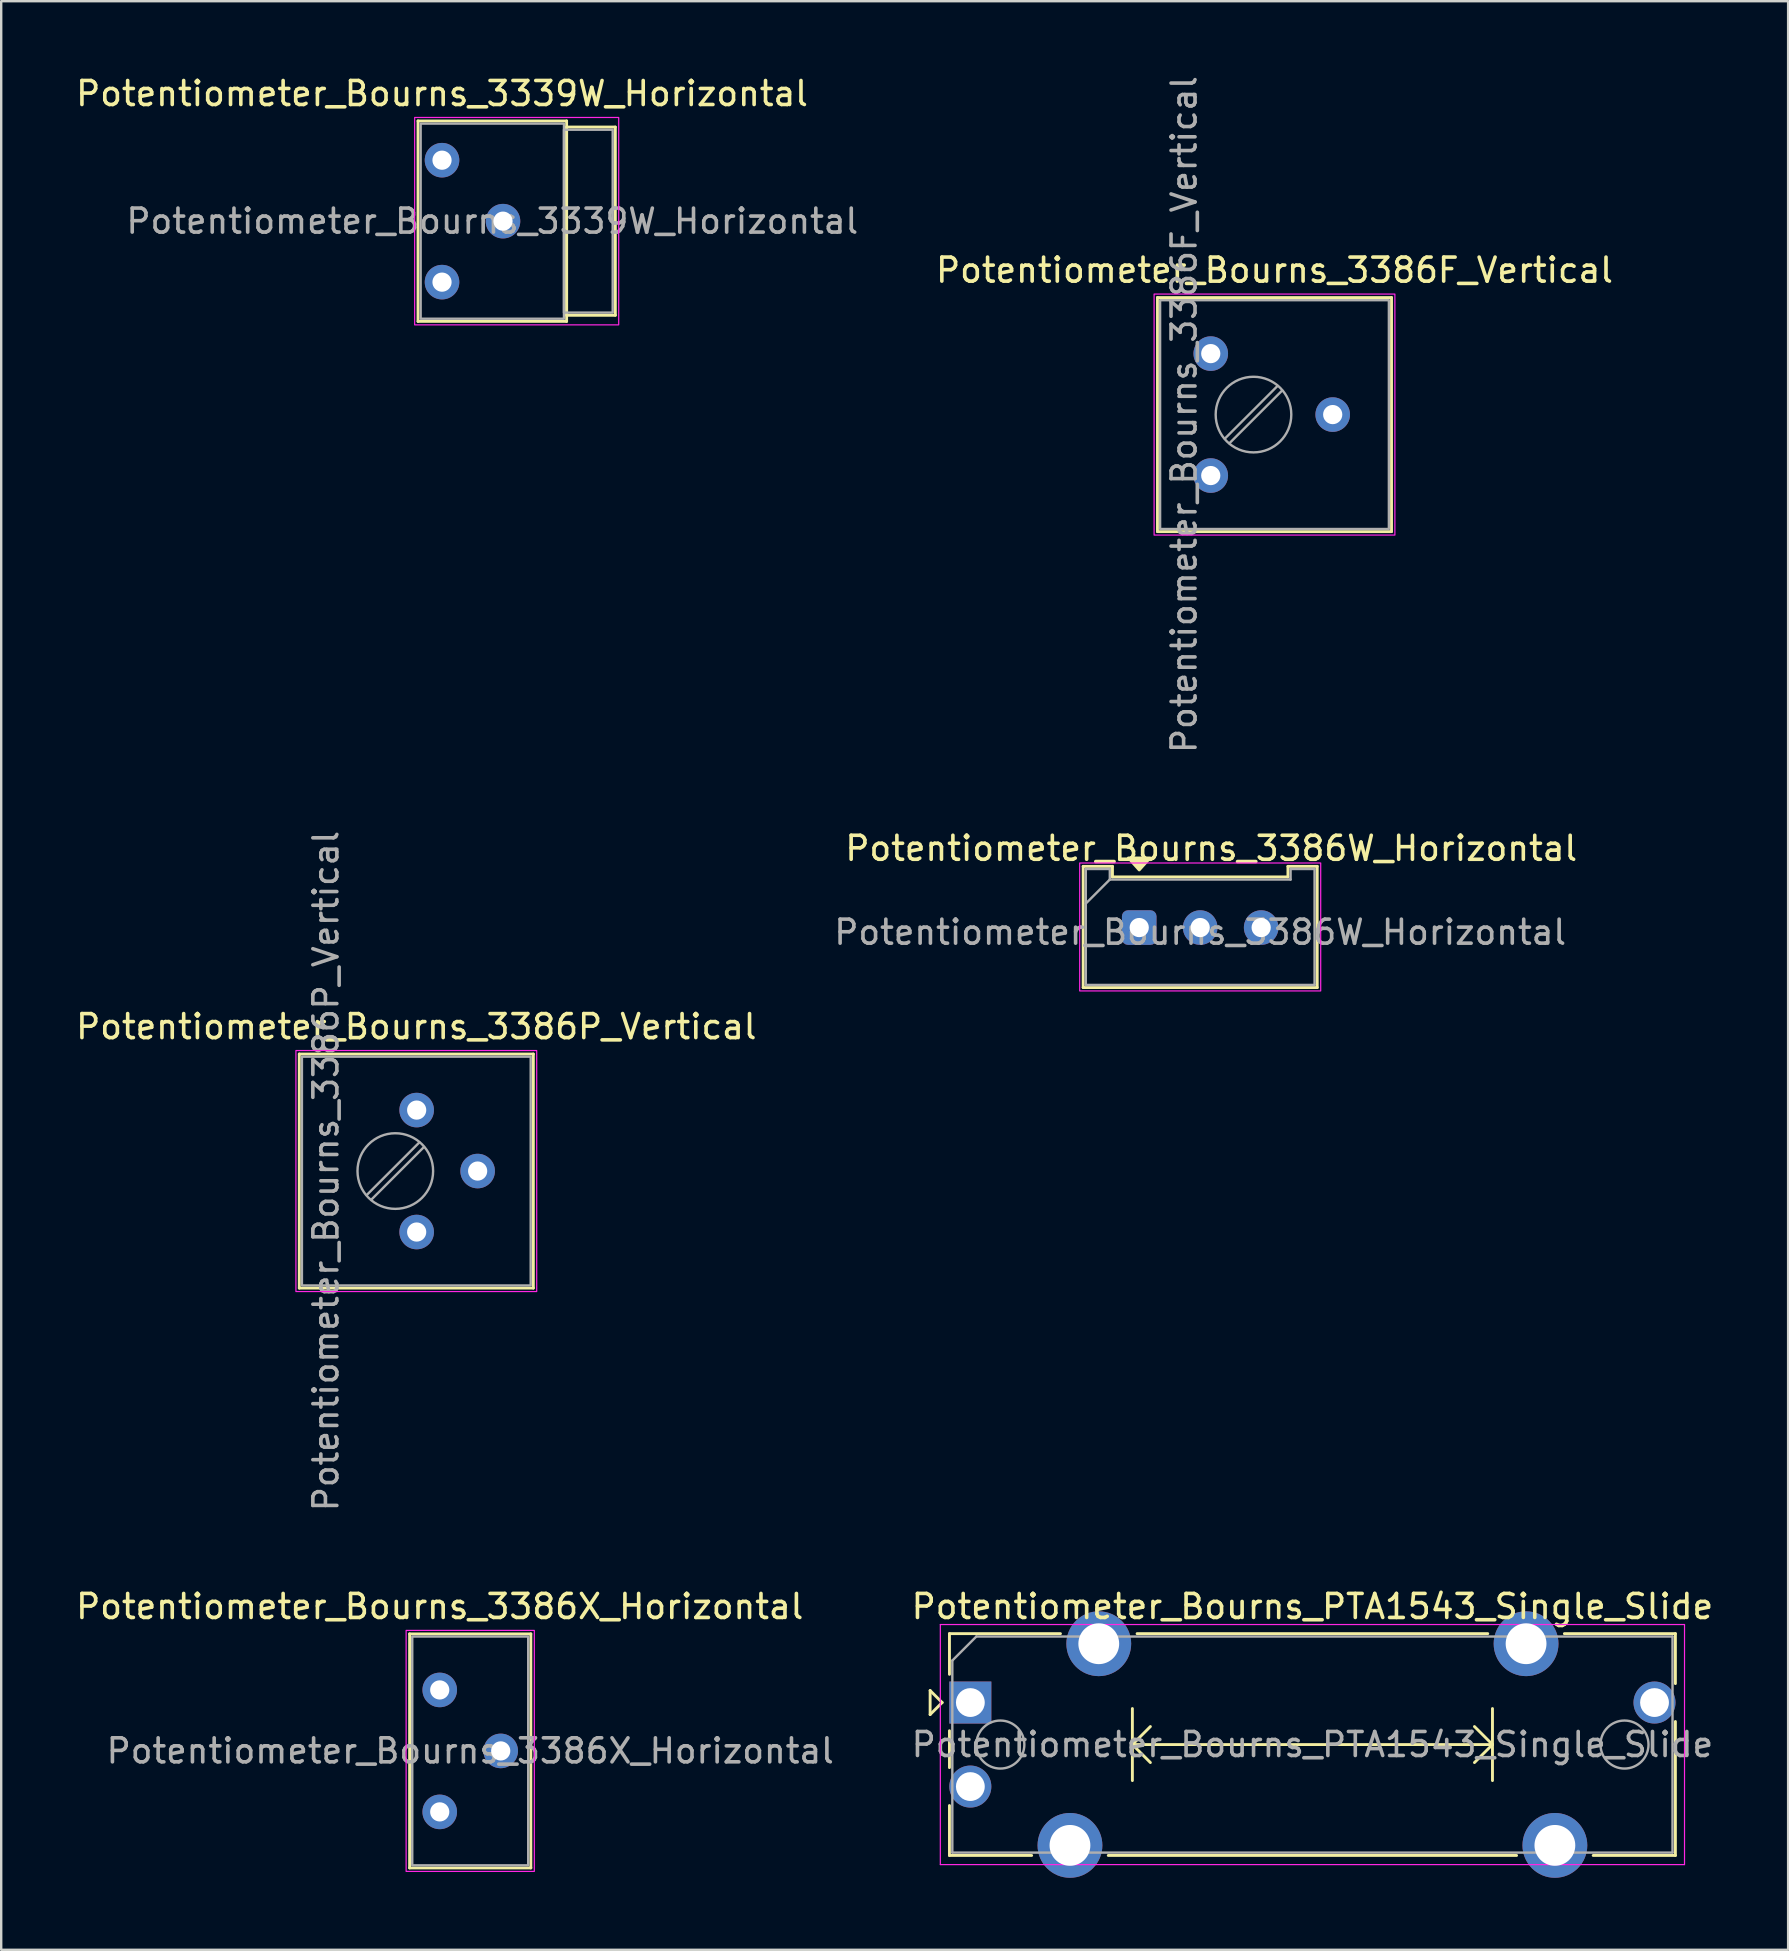
<source format=kicad_pcb>
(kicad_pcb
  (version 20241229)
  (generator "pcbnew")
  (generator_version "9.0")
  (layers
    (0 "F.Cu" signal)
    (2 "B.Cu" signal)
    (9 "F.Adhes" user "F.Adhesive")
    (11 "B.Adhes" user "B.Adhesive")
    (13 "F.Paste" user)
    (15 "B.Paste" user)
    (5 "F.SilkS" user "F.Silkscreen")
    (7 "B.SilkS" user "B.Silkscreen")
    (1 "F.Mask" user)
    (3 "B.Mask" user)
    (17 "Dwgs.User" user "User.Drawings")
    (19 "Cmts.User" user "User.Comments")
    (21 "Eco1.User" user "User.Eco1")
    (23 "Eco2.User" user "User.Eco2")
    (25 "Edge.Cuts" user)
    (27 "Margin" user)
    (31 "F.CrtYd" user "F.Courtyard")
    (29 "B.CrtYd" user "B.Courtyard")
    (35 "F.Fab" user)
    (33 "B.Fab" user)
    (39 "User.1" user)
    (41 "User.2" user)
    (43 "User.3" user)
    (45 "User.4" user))
  (footprint "Potentiometer_Bourns_3386F_Vertical"
    (layer "F.Cu")
    (at 47.386 16.76)
    (property "Reference" "Potentiometer_Bourns_3386F_Vertical" (at 2.655 -8.555 0) (layer "F.SilkS") (effects (font (size 1 1) (thickness 0.15))))
    (attr through_hole)
    (fp_line (start -2.22 -7.415) (end 7.53 -7.415) (stroke (width 0.12) (type solid)) (layer "F.SilkS"))
    (fp_line (start -2.22 2.335) (end -2.22 -7.415) (stroke (width 0.12) (type solid)) (layer "F.SilkS"))
    (fp_line (start 7.53 -7.415) (end 7.53 2.335) (stroke (width 0.12) (type solid)) (layer "F.SilkS"))
    (fp_line (start 7.53 2.335) (end -2.22 2.335) (stroke (width 0.12) (type solid)) (layer "F.SilkS"))
    (fp_rect (start -2.36 -7.56) (end 7.67 2.48) (stroke (width 0.05) (type solid)) (fill no) (layer "F.CrtYd"))
    (fp_line (start 2.782 -3.734) (end 0.586 -1.538) (stroke (width 0.1) (type solid)) (layer "F.Fab"))
    (fp_line (start 2.974 -3.542) (end 0.778 -1.346) (stroke (width 0.1) (type solid)) (layer "F.Fab"))
    (fp_rect (start -2.11 -7.305) (end 7.42 2.225) (stroke (width 0.1) (type solid)) (fill no) (layer "F.Fab"))
    (fp_circle (center 1.78 -2.54) (end 3.355 -2.54) (stroke (width 0.1) (type solid)) (fill no) (layer "F.Fab"))
    (fp_text user "${REFERENCE}" (at -1.11 -2.54 90) (layer "F.Fab") (effects (font (size 1 1) (thickness 0.15))))
    (pad "1" thru_hole circle (at 0 0) (size 1.44 1.44) (drill 0.8) (layers "*.Cu" "*.Mask"))
    (pad "2" thru_hole circle (at 5.08 -2.54) (size 1.44 1.44) (drill 0.8) (layers "*.Cu" "*.Mask"))
    (pad "3" thru_hole circle (at 0 -5.08) (size 1.44 1.44) (drill 0.8) (layers "*.Cu" "*.Mask")))
  (footprint "Potentiometer_Bourns_3386X_Horizontal"
    (layer "F.Cu")
    (at 15.268 67.347)
    (property "Reference" "Potentiometer_Bourns_3386X_Horizontal" (at 0 -3.475 0) (layer "F.SilkS") (effects (font (size 1 1) (thickness 0.15))))
    (attr through_hole)
    (fp_line (start -1.255 -2.335) (end 3.795 -2.335) (stroke (width 0.12) (type solid)) (layer "F.SilkS"))
    (fp_line (start -1.255 7.415) (end -1.255 -2.335) (stroke (width 0.12) (type solid)) (layer "F.SilkS"))
    (fp_line (start 3.795 -2.335) (end 3.795 7.415) (stroke (width 0.12) (type solid)) (layer "F.SilkS"))
    (fp_line (start 3.795 7.415) (end -1.255 7.415) (stroke (width 0.12) (type solid)) (layer "F.SilkS"))
    (fp_rect (start -1.4 -2.48) (end 3.94 7.56) (stroke (width 0.05) (type solid)) (fill no) (layer "F.CrtYd"))
    (fp_rect (start -1.145 -2.225) (end 3.685 7.305) (stroke (width 0.1) (type solid)) (fill no) (layer "F.Fab"))
    (fp_text user "${REFERENCE}" (at 1.27 2.54 0) (layer "F.Fab") (effects (font (size 1 1) (thickness 0.15))))
    (pad "1" thru_hole circle (at 0 0) (size 1.44 1.44) (drill 0.8) (layers "*.Cu" "*.Mask"))
    (pad "2" thru_hole circle (at 2.54 2.54) (size 1.44 1.44) (drill 0.8) (layers "*.Cu" "*.Mask"))
    (pad "3" thru_hole circle (at 0 5.08) (size 1.44 1.44) (drill 0.8) (layers "*.Cu" "*.Mask")))
  (footprint "Potentiometer_Bourns_PTA1543_Single_Slide"
    (layer "F.Cu")
    (at 37.371 67.872)
    (property "Reference" "Potentiometer_Bourns_PTA1543_Single_Slide" (at 14.25 -4 0) (layer "F.SilkS") (effects (font (size 1 1) (thickness 0.15))))
    (attr through_hole)
    (fp_line (start -1.675 -0.5) (end -1.675 0.5) (stroke (width 0.12) (type solid)) (layer "F.SilkS"))
    (fp_line (start -1.675 0.5) (end -1.175 0) (stroke (width 0.12) (type solid)) (layer "F.SilkS"))
    (fp_line (start -1.175 0) (end -1.675 -0.5) (stroke (width 0.12) (type solid)) (layer "F.SilkS"))
    (fp_line (start -0.87 -2.87) (end 3.754 -2.87) (stroke (width 0.12) (type solid)) (layer "F.SilkS"))
    (fp_line (start -0.87 -1.175) (end -0.87 -2.87) (stroke (width 0.12) (type solid)) (layer "F.SilkS"))
    (fp_line (start -0.87 2.71) (end -0.87 1.175) (stroke (width 0.12) (type solid)) (layer "F.SilkS"))
    (fp_line (start -0.87 6.37) (end -0.87 4.29) (stroke (width 0.12) (type solid)) (layer "F.SilkS"))
    (fp_line (start 2.554 6.37) (end -0.87 6.37) (stroke (width 0.12) (type solid)) (layer "F.SilkS"))
    (fp_line (start 6.75 0.25) (end 6.75 3.25) (stroke (width 0.12) (type solid)) (layer "F.SilkS"))
    (fp_line (start 6.75 1.75) (end 7.5 2.5) (stroke (width 0.12) (type solid)) (layer "F.SilkS"))
    (fp_line (start 6.75 1.75) (end 21.75 1.75) (stroke (width 0.12) (type solid)) (layer "F.SilkS"))
    (fp_line (start 6.946 -2.87) (end 21.554 -2.87) (stroke (width 0.12) (type solid)) (layer "F.SilkS"))
    (fp_line (start 7.5 1) (end 6.75 1.75) (stroke (width 0.12) (type solid)) (layer "F.SilkS"))
    (fp_line (start 21 1) (end 21.75 1.75) (stroke (width 0.12) (type solid)) (layer "F.SilkS"))
    (fp_line (start 21.75 0.25) (end 21.75 3.25) (stroke (width 0.12) (type solid)) (layer "F.SilkS"))
    (fp_line (start 21.75 1.75) (end 21 2.5) (stroke (width 0.12) (type solid)) (layer "F.SilkS"))
    (fp_line (start 22.754 6.37) (end 5.746 6.37) (stroke (width 0.12) (type solid)) (layer "F.SilkS"))
    (fp_line (start 24.746 -2.87) (end 29.37 -2.87) (stroke (width 0.12) (type solid)) (layer "F.SilkS"))
    (fp_line (start 29.37 -2.87) (end 29.37 -0.79) (stroke (width 0.12) (type solid)) (layer "F.SilkS"))
    (fp_line (start 29.37 0.79) (end 29.37 6.37) (stroke (width 0.12) (type solid)) (layer "F.SilkS"))
    (fp_line (start 29.37 6.37) (end 25.946 6.37) (stroke (width 0.12) (type solid)) (layer "F.SilkS"))
    (fp_line (start -1.25 -3.25) (end -1.25 6.75) (stroke (width 0.05) (type solid)) (layer "F.CrtYd"))
    (fp_line (start -1.25 6.75) (end 29.75 6.75) (stroke (width 0.05) (type solid)) (layer "F.CrtYd"))
    (fp_line (start 29.75 -3.25) (end -1.25 -3.25) (stroke (width 0.05) (type solid)) (layer "F.CrtYd"))
    (fp_line (start 29.75 6.75) (end 29.75 -3.25) (stroke (width 0.05) (type solid)) (layer "F.CrtYd"))
    (fp_line (start -0.75 -1.75) (end 0.25 -2.75) (stroke (width 0.1) (type solid)) (layer "F.Fab"))
    (fp_line (start -0.75 6.25) (end -0.75 -1.75) (stroke (width 0.1) (type solid)) (layer "F.Fab"))
    (fp_line (start 0.25 -2.75) (end 29.25 -2.75) (stroke (width 0.1) (type solid)) (layer "F.Fab"))
    (fp_line (start 29.25 -2.75) (end 29.25 6.25) (stroke (width 0.1) (type solid)) (layer "F.Fab"))
    (fp_line (start 29.25 6.25) (end -0.75 6.25) (stroke (width 0.1) (type solid)) (layer "F.Fab"))
    (fp_circle (center 1.25 1.75) (end 2.25 1.75) (stroke (width 0.1) (type solid)) (fill no) (layer "F.Fab"))
    (fp_circle (center 27.25 1.75) (end 28.25 1.75) (stroke (width 0.1) (type solid)) (fill no) (layer "F.Fab"))
    (fp_text user "${REFERENCE}" (at 14.25 1.75 0) (layer "F.Fab") (effects (font (size 1 1) (thickness 0.15))))
    (pad "1" thru_hole rect (at 0 0) (size 1.75 1.75) (drill 1.2) (layers "*.Cu" "*.Mask"))
    (pad "2" thru_hole circle (at 0 3.5) (size 1.75 1.75) (drill 1.2) (layers "*.Cu" "*.Mask"))
    (pad "3" thru_hole circle (at 28.5 0) (size 1.75 1.75) (drill 1.2) (layers "*.Cu" "*.Mask"))
    (pad "MP" thru_hole circle (at 4.15 5.95) (size 2.7 2.7) (drill 1.7) (layers "*.Cu" "*.Mask"))
    (pad "MP" thru_hole circle (at 5.35 -2.45) (size 2.7 2.7) (drill 1.7) (layers "*.Cu" "*.Mask"))
    (pad "MP" thru_hole circle (at 23.15 -2.45) (size 2.7 2.7) (drill 1.7) (layers "*.Cu" "*.Mask"))
    (pad "MP" thru_hole circle (at 24.35 5.95) (size 2.7 2.7) (drill 1.7) (layers "*.Cu" "*.Mask")))
  (footprint "Potentiometer_Bourns_3339W_Horizontal"
    (layer "F.Cu")
    (at 15.363 3.623)
    (property "Reference" "Potentiometer_Bourns_3339W_Horizontal" (at 0 -2.775 0) (layer "F.SilkS") (effects (font (size 1 1) (thickness 0.15))))
    (attr through_hole)
    (fp_line (start -1 -1.635) (end 5.19 -1.635) (stroke (width 0.12) (type solid)) (layer "F.SilkS"))
    (fp_line (start -1 6.715) (end -1 -1.635) (stroke (width 0.12) (type solid)) (layer "F.SilkS"))
    (fp_line (start 5.19 -1.635) (end 5.19 6.715) (stroke (width 0.12) (type solid)) (layer "F.SilkS"))
    (fp_line (start 5.19 -1.38) (end 7.22 -1.38) (stroke (width 0.12) (type solid)) (layer "F.SilkS"))
    (fp_line (start 5.19 6.46) (end 5.19 -1.38) (stroke (width 0.12) (type solid)) (layer "F.SilkS"))
    (fp_line (start 5.19 6.715) (end -1 6.715) (stroke (width 0.12) (type solid)) (layer "F.SilkS"))
    (fp_line (start 7.22 -1.38) (end 7.22 6.46) (stroke (width 0.12) (type solid)) (layer "F.SilkS"))
    (fp_line (start 7.22 6.46) (end 5.19 6.46) (stroke (width 0.12) (type solid)) (layer "F.SilkS"))
    (fp_rect (start -1.14 -1.78) (end 7.36 6.86) (stroke (width 0.05) (type solid)) (fill no) (layer "F.CrtYd"))
    (fp_rect (start -0.89 -1.525) (end 5.08 6.605) (stroke (width 0.1) (type solid)) (fill no) (layer "F.Fab"))
    (fp_rect (start 5.08 -1.27) (end 7.11 6.35) (stroke (width 0.1) (type solid)) (fill no) (layer "F.Fab"))
    (fp_text user "${REFERENCE}" (at 2.095 2.54 0) (layer "F.Fab") (effects (font (size 1 1) (thickness 0.15))))
    (pad "1" thru_hole circle (at 0 0) (size 1.44 1.44) (drill 0.8) (layers "*.Cu" "*.Mask"))
    (pad "2" thru_hole circle (at 2.54 2.54) (size 1.44 1.44) (drill 0.8) (layers "*.Cu" "*.Mask"))
    (pad "3" thru_hole circle (at 0 5.08) (size 1.44 1.44) (drill 0.8) (layers "*.Cu" "*.Mask")))
  (footprint "Potentiometer_Bourns_3386P_Vertical"
    (layer "F.Cu")
    (at 14.307 48.272)
    (property "Reference" "Potentiometer_Bourns_3386P_Vertical" (at -0.015 -8.555 0) (layer "F.SilkS") (effects (font (size 1 1) (thickness 0.15))))
    (attr through_hole)
    (fp_line (start -4.89 -7.415) (end 4.86 -7.415) (stroke (width 0.12) (type solid)) (layer "F.SilkS"))
    (fp_line (start -4.89 2.335) (end -4.89 -7.415) (stroke (width 0.12) (type solid)) (layer "F.SilkS"))
    (fp_line (start 4.86 -7.415) (end 4.86 2.335) (stroke (width 0.12) (type solid)) (layer "F.SilkS"))
    (fp_line (start 4.86 2.335) (end -4.89 2.335) (stroke (width 0.12) (type solid)) (layer "F.SilkS"))
    (fp_rect (start -5.03 -7.56) (end 5 2.48) (stroke (width 0.05) (type solid)) (fill no) (layer "F.CrtYd"))
    (fp_line (start 0.112 -3.734) (end -2.084 -1.538) (stroke (width 0.1) (type solid)) (layer "F.Fab"))
    (fp_line (start 0.304 -3.542) (end -1.892 -1.346) (stroke (width 0.1) (type solid)) (layer "F.Fab"))
    (fp_rect (start -4.78 -7.305) (end 4.75 2.225) (stroke (width 0.1) (type solid)) (fill no) (layer "F.Fab"))
    (fp_circle (center -0.89 -2.54) (end 0.685 -2.54) (stroke (width 0.1) (type solid)) (fill no) (layer "F.Fab"))
    (fp_text user "${REFERENCE}" (at -3.78 -2.54 90) (layer "F.Fab") (effects (font (size 1 1) (thickness 0.15))))
    (pad "1" thru_hole circle (at 0 0) (size 1.44 1.44) (drill 0.8) (layers "*.Cu" "*.Mask"))
    (pad "2" thru_hole circle (at 2.54 -2.54) (size 1.44 1.44) (drill 0.8) (layers "*.Cu" "*.Mask"))
    (pad "3" thru_hole circle (at 0 -5.08) (size 1.44 1.44) (drill 0.8) (layers "*.Cu" "*.Mask")))
  (footprint "Potentiometer_Bourns_3386W_Horizontal"
    (layer "F.Cu")
    (at 44.406 35.589)
    (property "Reference" "Potentiometer_Bourns_3386W_Horizontal" (at 3 -3.3 0) (layer "F.SilkS") (effects (font (size 1 1) (thickness 0.15))))
    (attr through_hole)
    (fp_line (start -2.335 -2.55) (end -2.335 2.5) (stroke (width 0.12) (type default)) (layer "F.SilkS"))
    (fp_line (start -2.335 2.5) (end 7.415 2.5) (stroke (width 0.12) (type default)) (layer "F.SilkS"))
    (fp_line (start -1.115 -2.55) (end -2.335 -2.55) (stroke (width 0.12) (type default)) (layer "F.SilkS"))
    (fp_line (start -1.115 -2.55) (end -1.115 -2.11) (stroke (width 0.12) (type default)) (layer "F.SilkS"))
    (fp_line (start -1.115 -2.11) (end 6.195 -2.11) (stroke (width 0.12) (type default)) (layer "F.SilkS"))
    (fp_line (start 6.195 -2.55) (end 6.195 -2.11) (stroke (width 0.12) (type default)) (layer "F.SilkS"))
    (fp_line (start 6.195 -2.55) (end 7.415 -2.55) (stroke (width 0.12) (type default)) (layer "F.SilkS"))
    (fp_line (start 7.415 2.5) (end 7.415 -2.55) (stroke (width 0.12) (type default)) (layer "F.SilkS"))
    (fp_poly (pts (xy 0 -2.4) (xy 0.45 -2.9) (xy -0.45 -2.9)) (stroke (width 0.12) (type solid)) (fill yes) (layer "F.SilkS"))
    (fp_rect (start -2.48 -2.69) (end 7.56 2.64) (stroke (width 0.05) (type default)) (fill no) (layer "F.CrtYd"))
    (fp_line (start -2.225 2.39) (end -2.225 -2.44) (stroke (width 0.1) (type default)) (layer "F.Fab"))
    (fp_line (start -2.225 2.39) (end 7.305 2.39) (stroke (width 0.1) (type default)) (layer "F.Fab"))
    (fp_line (start -1.225 -2.44) (end -2.225 -2.44) (stroke (width 0.1) (type default)) (layer "F.Fab"))
    (fp_line (start -1.225 -2) (end -2.225 -1) (stroke (width 0.1) (type default)) (layer "F.Fab"))
    (fp_line (start -1.225 -2) (end -1.225 -2.44) (stroke (width 0.1) (type default)) (layer "F.Fab"))
    (fp_line (start -1.225 -2) (end 6.305 -2) (stroke (width 0.1) (type default)) (layer "F.Fab"))
    (fp_line (start 6.305 -2.44) (end 7.305 -2.44) (stroke (width 0.1) (type default)) (layer "F.Fab"))
    (fp_line (start 6.305 -2) (end 6.305 -2.44) (stroke (width 0.1) (type default)) (layer "F.Fab"))
    (fp_line (start 7.305 2.39) (end 7.305 -2.44) (stroke (width 0.1) (type default)) (layer "F.Fab"))
    (fp_text user "${REFERENCE}" (at 2.54 0.195 0) (layer "F.Fab") (effects (font (size 1 1) (thickness 0.15))))
    (pad "1" thru_hole roundrect (at 0 0 90) (size 1.44 1.44) (drill 0.8) (layers "*.Cu" "*.Mask") (roundrect_rratio 0.174))
    (pad "2" thru_hole circle (at 2.54 0 90) (size 1.44 1.44) (drill 0.8) (layers "*.Cu" "*.Mask"))
    (pad "3" thru_hole circle (at 5.08 0 90) (size 1.44 1.44) (drill 0.8) (layers "*.Cu" "*.Mask")))
  (gr_rect
    (start -3 -3)
    (end 71.437 78.172)
    (stroke (width 0.1) (type default))
    (fill no)
    (layer "Edge.Cuts")))
</source>
